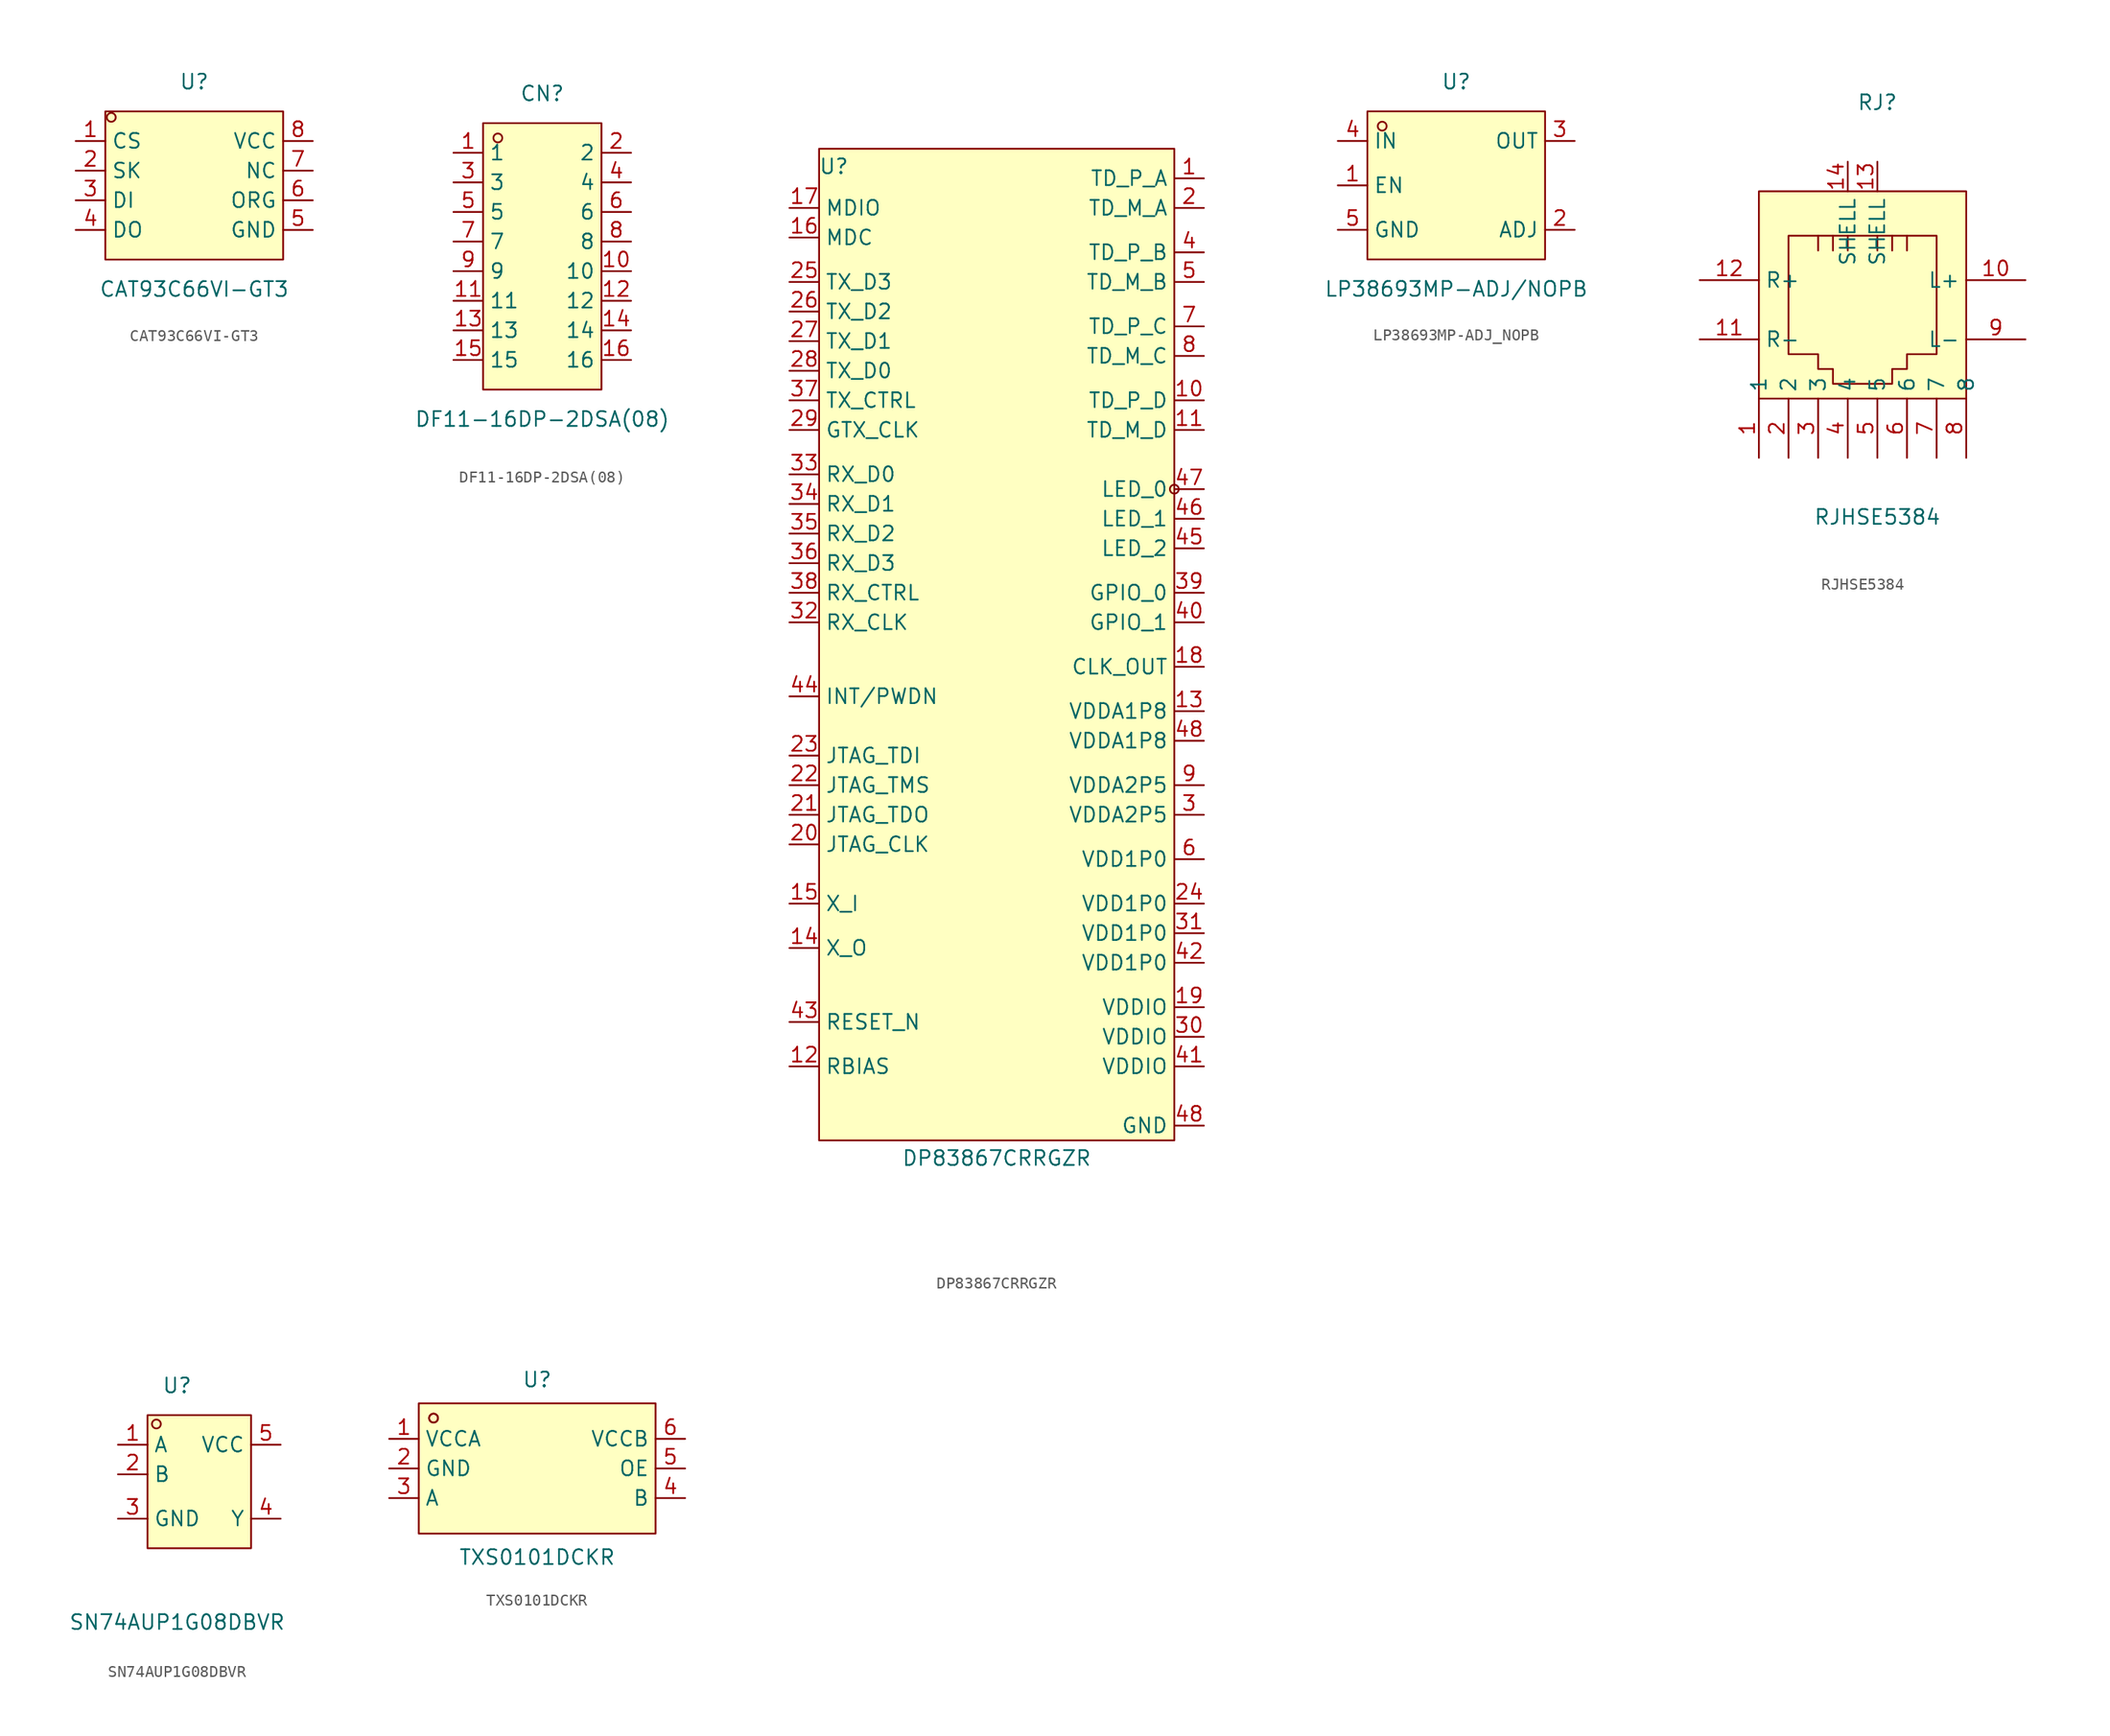
<source format=kicad_sym>
(kicad_symbol_lib
  (version 20241209)
  (generator "kicad_symbol_editor")
  (generator_version "9.0")
  (symbol "CAT93C66VI-GT3"
    (property "Reference" "U"
      (at 0 10.16 0)
      (effects (font (size 1.27 1.27))))
    (property "Value" "CAT93C66VI-GT3"
      (at 0 -7.62 0)
      (effects (font (size 1.27 1.27))))
    (symbol "CAT93C66VI-GT3_0_1"
      (rectangle (start -7.62 7.62) (end 7.62 -5.08) (stroke (width 0) (type default)) (fill (type background)))
      (circle (center -7.11 7.11) (radius 0.38) (stroke (width 0) (type default)) (fill (type none)))
      (pin unspecified line (at -10.16 5.08 0) (length 2.54) (name "CS" (effects (font (size 1.27 1.27)))) (number "1" (effects (font (size 1.27 1.27)))))
      (pin unspecified line (at -10.16 2.54 0) (length 2.54) (name "SK" (effects (font (size 1.27 1.27)))) (number "2" (effects (font (size 1.27 1.27)))))
      (pin unspecified line (at -10.16 0 0) (length 2.54) (name "DI" (effects (font (size 1.27 1.27)))) (number "3" (effects (font (size 1.27 1.27)))))
      (pin unspecified line (at -10.16 -2.54 0) (length 2.54) (name "DO" (effects (font (size 1.27 1.27)))) (number "4" (effects (font (size 1.27 1.27)))))
      (pin unspecified line (at 10.16 5.08 180) (length 2.54) (name "VCC" (effects (font (size 1.27 1.27)))) (number "8" (effects (font (size 1.27 1.27)))))
      (pin unspecified line (at 10.16 2.54 180) (length 2.54) (name "NC" (effects (font (size 1.27 1.27)))) (number "7" (effects (font (size 1.27 1.27)))))
      (pin unspecified line (at 10.16 0 180) (length 2.54) (name "ORG" (effects (font (size 1.27 1.27)))) (number "6" (effects (font (size 1.27 1.27)))))
      (pin unspecified line (at 10.16 -2.54 180) (length 2.54) (name "GND" (effects (font (size 1.27 1.27)))) (number "5" (effects (font (size 1.27 1.27)))))))
  (symbol "DF11-16DP-2DSA(08)"
    (property "Reference" "CN"
      (at 0 13.97 0)
      (effects (font (size 1.27 1.27))))
    (property "Value" "DF11-16DP-2DSA(08)"
      (at 0 -13.97 0)
      (effects (font (size 1.27 1.27))))
    (symbol "DF11-16DP-2DSA(08)_0_1"
      (rectangle (start -5.08 11.43) (end 5.08 -11.43) (stroke (width 0) (type default)) (fill (type background)))
      (circle (center -3.81 10.16) (radius 0.38) (stroke (width 0) (type default)) (fill (type none)))
      (pin unspecified line (at -7.62 8.89 0) (length 2.54) (name "1" (effects (font (size 1.27 1.27)))) (number "1" (effects (font (size 1.27 1.27)))))
      (pin unspecified line (at -7.62 6.35 0) (length 2.54) (name "3" (effects (font (size 1.27 1.27)))) (number "3" (effects (font (size 1.27 1.27)))))
      (pin unspecified line (at -7.62 3.81 0) (length 2.54) (name "5" (effects (font (size 1.27 1.27)))) (number "5" (effects (font (size 1.27 1.27)))))
      (pin unspecified line (at -7.62 1.27 0) (length 2.54) (name "7" (effects (font (size 1.27 1.27)))) (number "7" (effects (font (size 1.27 1.27)))))
      (pin unspecified line (at -7.62 -1.27 0) (length 2.54) (name "9" (effects (font (size 1.27 1.27)))) (number "9" (effects (font (size 1.27 1.27)))))
      (pin unspecified line (at -7.62 -3.81 0) (length 2.54) (name "11" (effects (font (size 1.27 1.27)))) (number "11" (effects (font (size 1.27 1.27)))))
      (pin unspecified line (at -7.62 -6.35 0) (length 2.54) (name "13" (effects (font (size 1.27 1.27)))) (number "13" (effects (font (size 1.27 1.27)))))
      (pin unspecified line (at -7.62 -8.89 0) (length 2.54) (name "15" (effects (font (size 1.27 1.27)))) (number "15" (effects (font (size 1.27 1.27)))))
      (pin unspecified line (at 7.62 8.89 180) (length 2.54) (name "2" (effects (font (size 1.27 1.27)))) (number "2" (effects (font (size 1.27 1.27)))))
      (pin unspecified line (at 7.62 6.35 180) (length 2.54) (name "4" (effects (font (size 1.27 1.27)))) (number "4" (effects (font (size 1.27 1.27)))))
      (pin unspecified line (at 7.62 3.81 180) (length 2.54) (name "6" (effects (font (size 1.27 1.27)))) (number "6" (effects (font (size 1.27 1.27)))))
      (pin unspecified line (at 7.62 1.27 180) (length 2.54) (name "8" (effects (font (size 1.27 1.27)))) (number "8" (effects (font (size 1.27 1.27)))))
      (pin unspecified line (at 7.62 -1.27 180) (length 2.54) (name "10" (effects (font (size 1.27 1.27)))) (number "10" (effects (font (size 1.27 1.27)))))
      (pin unspecified line (at 7.62 -3.81 180) (length 2.54) (name "12" (effects (font (size 1.27 1.27)))) (number "12" (effects (font (size 1.27 1.27)))))
      (pin unspecified line (at 7.62 -6.35 180) (length 2.54) (name "14" (effects (font (size 1.27 1.27)))) (number "14" (effects (font (size 1.27 1.27)))))
      (pin unspecified line (at 7.62 -8.89 180) (length 2.54) (name "16" (effects (font (size 1.27 1.27)))) (number "16" (effects (font (size 1.27 1.27)))))))
  (symbol "DP83867CRRGZR"
    (property "Reference" "U"
      (at -13.97 40.386 0)
      (effects (font (size 1.27 1.27))))
    (property "Value" "DP83867CRRGZR"
      (at 0 -44.704 0)
      (effects (font (size 1.27 1.27))))
    (symbol "DP83867CRRGZR_0_1"
      (rectangle (start -15.24 41.91) (end 15.24 -43.18) (stroke (width 0) (type default)) (fill (type background)))
      (circle (center 15.24 12.7) (radius 0.38) (stroke (width 0) (type default)) (fill (type none)))
      (pin unspecified line (at -17.78 36.83 0) (length 2.54) (name "MDIO" (effects (font (size 1.27 1.27)))) (number "17" (effects (font (size 1.27 1.27)))))
      (pin unspecified line (at -17.78 34.29 0) (length 2.54) (name "MDC" (effects (font (size 1.27 1.27)))) (number "16" (effects (font (size 1.27 1.27)))))
      (pin unspecified line (at -17.78 30.48 0) (length 2.54) (name "TX_D3" (effects (font (size 1.27 1.27)))) (number "25" (effects (font (size 1.27 1.27)))))
      (pin unspecified line (at -17.78 27.94 0) (length 2.54) (name "TX_D2" (effects (font (size 1.27 1.27)))) (number "26" (effects (font (size 1.27 1.27)))))
      (pin unspecified line (at -17.78 25.4 0) (length 2.54) (name "TX_D1" (effects (font (size 1.27 1.27)))) (number "27" (effects (font (size 1.27 1.27)))))
      (pin unspecified line (at -17.78 22.86 0) (length 2.54) (name "TX_D0" (effects (font (size 1.27 1.27)))) (number "28" (effects (font (size 1.27 1.27)))))
      (pin unspecified line (at -17.78 20.32 0) (length 2.54) (name "TX_CTRL" (effects (font (size 1.27 1.27)))) (number "37" (effects (font (size 1.27 1.27)))))
      (pin unspecified line (at -17.78 17.78 0) (length 2.54) (name "GTX_CLK" (effects (font (size 1.27 1.27)))) (number "29" (effects (font (size 1.27 1.27)))))
      (pin unspecified line (at -17.78 13.97 0) (length 2.54) (name "RX_D0" (effects (font (size 1.27 1.27)))) (number "33" (effects (font (size 1.27 1.27)))))
      (pin unspecified line (at -17.78 11.43 0) (length 2.54) (name "RX_D1" (effects (font (size 1.27 1.27)))) (number "34" (effects (font (size 1.27 1.27)))))
      (pin unspecified line (at -17.78 8.89 0) (length 2.54) (name "RX_D2" (effects (font (size 1.27 1.27)))) (number "35" (effects (font (size 1.27 1.27)))))
      (pin unspecified line (at -17.78 6.35 0) (length 2.54) (name "RX_D3" (effects (font (size 1.27 1.27)))) (number "36" (effects (font (size 1.27 1.27)))))
      (pin unspecified line (at -17.78 3.81 0) (length 2.54) (name "RX_CTRL" (effects (font (size 1.27 1.27)))) (number "38" (effects (font (size 1.27 1.27)))))
      (pin unspecified line (at -17.78 1.27 0) (length 2.54) (name "RX_CLK" (effects (font (size 1.27 1.27)))) (number "32" (effects (font (size 1.27 1.27)))))
      (pin unspecified line (at -17.78 -5.08 0) (length 2.54) (name "INT/PWDN" (effects (font (size 1.27 1.27)))) (number "44" (effects (font (size 1.27 1.27)))))
      (pin unspecified line (at -17.78 -10.16 0) (length 2.54) (name "JTAG_TDI" (effects (font (size 1.27 1.27)))) (number "23" (effects (font (size 1.27 1.27)))))
      (pin unspecified line (at -17.78 -12.7 0) (length 2.54) (name "JTAG_TMS" (effects (font (size 1.27 1.27)))) (number "22" (effects (font (size 1.27 1.27)))))
      (pin unspecified line (at -17.78 -15.24 0) (length 2.54) (name "JTAG_TDO" (effects (font (size 1.27 1.27)))) (number "21" (effects (font (size 1.27 1.27)))))
      (pin unspecified line (at -17.78 -17.78 0) (length 2.54) (name "JTAG_CLK" (effects (font (size 1.27 1.27)))) (number "20" (effects (font (size 1.27 1.27)))))
      (pin unspecified line (at -17.78 -22.86 0) (length 2.54) (name "X_I" (effects (font (size 1.27 1.27)))) (number "15" (effects (font (size 1.27 1.27)))))
      (pin unspecified line (at -17.78 -26.67 0) (length 2.54) (name "X_O" (effects (font (size 1.27 1.27)))) (number "14" (effects (font (size 1.27 1.27)))))
      (pin unspecified line (at -17.78 -33.02 0) (length 2.54) (name "RESET_N" (effects (font (size 1.27 1.27)))) (number "43" (effects (font (size 1.27 1.27)))))
      (pin unspecified line (at -17.78 -36.83 0) (length 2.54) (name "RBIAS" (effects (font (size 1.27 1.27)))) (number "12" (effects (font (size 1.27 1.27)))))
      (pin unspecified line (at 17.78 39.37 180) (length 2.54) (name "TD_P_A" (effects (font (size 1.27 1.27)))) (number "1" (effects (font (size 1.27 1.27)))))
      (pin unspecified line (at 17.78 36.83 180) (length 2.54) (name "TD_M_A" (effects (font (size 1.27 1.27)))) (number "2" (effects (font (size 1.27 1.27)))))
      (pin unspecified line (at 17.78 33.02 180) (length 2.54) (name "TD_P_B" (effects (font (size 1.27 1.27)))) (number "4" (effects (font (size 1.27 1.27)))))
      (pin unspecified line (at 17.78 30.48 180) (length 2.54) (name "TD_M_B" (effects (font (size 1.27 1.27)))) (number "5" (effects (font (size 1.27 1.27)))))
      (pin unspecified line (at 17.78 26.67 180) (length 2.54) (name "TD_P_C" (effects (font (size 1.27 1.27)))) (number "7" (effects (font (size 1.27 1.27)))))
      (pin unspecified line (at 17.78 24.13 180) (length 2.54) (name "TD_M_C" (effects (font (size 1.27 1.27)))) (number "8" (effects (font (size 1.27 1.27)))))
      (pin unspecified line (at 17.78 20.32 180) (length 2.54) (name "TD_P_D" (effects (font (size 1.27 1.27)))) (number "10" (effects (font (size 1.27 1.27)))))
      (pin unspecified line (at 17.78 17.78 180) (length 2.54) (name "TD_M_D" (effects (font (size 1.27 1.27)))) (number "11" (effects (font (size 1.27 1.27)))))
      (pin unspecified line (at 17.78 12.7 180) (length 2.54) (name "LED_0" (effects (font (size 1.27 1.27)))) (number "47" (effects (font (size 1.27 1.27)))))
      (pin unspecified line (at 17.78 10.16 180) (length 2.54) (name "LED_1" (effects (font (size 1.27 1.27)))) (number "46" (effects (font (size 1.27 1.27)))))
      (pin unspecified line (at 17.78 7.62 180) (length 2.54) (name "LED_2" (effects (font (size 1.27 1.27)))) (number "45" (effects (font (size 1.27 1.27)))))
      (pin unspecified line (at 17.78 3.81 180) (length 2.54) (name "GPIO_0" (effects (font (size 1.27 1.27)))) (number "39" (effects (font (size 1.27 1.27)))))
      (pin unspecified line (at 17.78 1.27 180) (length 2.54) (name "GPIO_1" (effects (font (size 1.27 1.27)))) (number "40" (effects (font (size 1.27 1.27)))))
      (pin unspecified line (at 17.78 -2.54 180) (length 2.54) (name "CLK_OUT" (effects (font (size 1.27 1.27)))) (number "18" (effects (font (size 1.27 1.27)))))
      (pin unspecified line (at 17.78 -6.35 180) (length 2.54) (name "VDDA1P8" (effects (font (size 1.27 1.27)))) (number "13" (effects (font (size 1.27 1.27)))))
      (pin unspecified line (at 17.78 -8.89 180) (length 2.54) (name "VDDA1P8" (effects (font (size 1.27 1.27)))) (number "48" (effects (font (size 1.27 1.27)))))
      (pin unspecified line (at 17.78 -12.7 180) (length 2.54) (name "VDDA2P5" (effects (font (size 1.27 1.27)))) (number "9" (effects (font (size 1.27 1.27)))))
      (pin unspecified line (at 17.78 -15.24 180) (length 2.54) (name "VDDA2P5" (effects (font (size 1.27 1.27)))) (number "3" (effects (font (size 1.27 1.27)))))
      (pin unspecified line (at 17.78 -19.05 180) (length 2.54) (name "VDD1P0" (effects (font (size 1.27 1.27)))) (number "6" (effects (font (size 1.27 1.27)))))
      (pin unspecified line (at 17.78 -22.86 180) (length 2.54) (name "VDD1P0" (effects (font (size 1.27 1.27)))) (number "24" (effects (font (size 1.27 1.27)))))
      (pin unspecified line (at 17.78 -25.4 180) (length 2.54) (name "VDD1P0" (effects (font (size 1.27 1.27)))) (number "31" (effects (font (size 1.27 1.27)))))
      (pin unspecified line (at 17.78 -27.94 180) (length 2.54) (name "VDD1P0" (effects (font (size 1.27 1.27)))) (number "42" (effects (font (size 1.27 1.27)))))
      (pin unspecified line (at 17.78 -31.75 180) (length 2.54) (name "VDDIO" (effects (font (size 1.27 1.27)))) (number "19" (effects (font (size 1.27 1.27)))))
      (pin unspecified line (at 17.78 -34.29 180) (length 2.54) (name "VDDIO" (effects (font (size 1.27 1.27)))) (number "30" (effects (font (size 1.27 1.27)))))
      (pin unspecified line (at 17.78 -36.83 180) (length 2.54) (name "VDDIO" (effects (font (size 1.27 1.27)))) (number "41" (effects (font (size 1.27 1.27)))))
      (pin unspecified line (at 17.78 -41.91 180) (length 2.54) (name "GND" (effects (font (size 1.27 1.27)))) (number "48" (effects (font (size 1.27 1.27)))))))
  (symbol "LP38693MP-ADJ_NOPB"
    (property "Reference" "U"
      (at 0 8.89 0)
      (effects (font (size 1.27 1.27))))
    (property "Value" "LP38693MP-ADJ/NOPB"
      (at 0 -8.89 0)
      (effects (font (size 1.27 1.27))))
    (symbol "LP38693MP-ADJ_NOPB_0_1"
      (rectangle (start -7.62 6.35) (end 7.62 -6.35) (stroke (width 0) (type default)) (fill (type background)))
      (circle (center -6.35 5.08) (radius 0.38) (stroke (width 0) (type default)) (fill (type none)))
      (pin unspecified line (at -10.16 3.81 0) (length 2.54) (name "IN" (effects (font (size 1.27 1.27)))) (number "4" (effects (font (size 1.27 1.27)))))
      (pin unspecified line (at -10.16 0 0) (length 2.54) (name "EN" (effects (font (size 1.27 1.27)))) (number "1" (effects (font (size 1.27 1.27)))))
      (pin unspecified line (at -10.16 -3.81 0) (length 2.54) (name "GND" (effects (font (size 1.27 1.27)))) (number "5" (effects (font (size 1.27 1.27)))))
      (pin unspecified line (at 10.16 3.81 180) (length 2.54) (name "OUT" (effects (font (size 1.27 1.27)))) (number "3" (effects (font (size 1.27 1.27)))))
      (pin unspecified line (at 10.16 -3.81 180) (length 2.54) (name "ADJ" (effects (font (size 1.27 1.27)))) (number "2" (effects (font (size 1.27 1.27)))))))
  (symbol "RJHSE5384"
    (property "Reference" "RJ"
      (at 0 17.78 0)
      (effects (font (size 1.27 1.27))))
    (property "Value" "RJHSE5384"
      (at 0 -17.78 0)
      (effects (font (size 1.27 1.27))))
    (symbol "RJHSE5384_0_1"
      (rectangle (start -10.16 10.16) (end 7.62 -7.62) (stroke (width 0) (type default)) (fill (type background)))
      (polyline (pts (xy -5.08 6.35) (xy -5.08 5.08) (xy -5.08 5.08)) (stroke (width 0) (type default)) (fill (type none)))
      (polyline (pts (xy -3.81 6.35) (xy -3.81 5.08) (xy -3.81 5.08)) (stroke (width 0) (type default)) (fill (type none)))
      (polyline (pts (xy -2.54 6.35) (xy -2.54 5.08) (xy -2.54 5.08)) (stroke (width 0) (type default)) (fill (type none)))
      (polyline (pts (xy 0 6.35) (xy 0 5.08) (xy 0 5.08)) (stroke (width 0) (type default)) (fill (type none)))
      (polyline (pts (xy 1.27 6.35) (xy 1.27 5.08) (xy 1.27 5.08)) (stroke (width 0) (type default)) (fill (type none)))
      (polyline (pts (xy 2.54 6.35) (xy 2.54 5.08) (xy 2.54 5.08)) (stroke (width 0) (type default)) (fill (type none)))
      (polyline (pts (xy 5.08 6.35) (xy -7.62 6.35) (xy -7.62 -3.81) (xy -5.08 -3.81) (xy -5.08 -5.08) (xy -3.81 -5.08) (xy -3.81 -5.08) (xy -3.81 -6.35) (xy 1.27 -6.35) (xy 1.27 -5.08) (xy 2.54 -5.08) (xy 2.54 -3.81) (xy 5.08 -3.81) (xy 5.08 6.35) (xy 5.08 5.08)) (stroke (width 0) (type default)) (fill (type none)))
      (pin unspecified line (at -15.24 2.54 0) (length 5.08) (name "R+" (effects (font (size 1.27 1.27)))) (number "12" (effects (font (size 1.27 1.27)))))
      (pin unspecified line (at -15.24 -2.54 0) (length 5.08) (name "R-" (effects (font (size 1.27 1.27)))) (number "11" (effects (font (size 1.27 1.27)))))
      (pin unspecified line (at -10.16 -12.7 90) (length 5.08) (name "1" (effects (font (size 1.27 1.27)))) (number "1" (effects (font (size 1.27 1.27)))))
      (pin unspecified line (at -7.62 -12.7 90) (length 5.08) (name "2" (effects (font (size 1.27 1.27)))) (number "2" (effects (font (size 1.27 1.27)))))
      (pin unspecified line (at -5.08 -12.7 90) (length 5.08) (name "3" (effects (font (size 1.27 1.27)))) (number "3" (effects (font (size 1.27 1.27)))))
      (pin unspecified line (at -2.54 12.7 270) (length 2.54) (name "SHELL" (effects (font (size 1.27 1.27)))) (number "14" (effects (font (size 1.27 1.27)))))
      (pin unspecified line (at -2.54 -12.7 90) (length 5.08) (name "4" (effects (font (size 1.27 1.27)))) (number "4" (effects (font (size 1.27 1.27)))))
      (pin unspecified line (at 0 12.7 270) (length 2.54) (name "SHELL" (effects (font (size 1.27 1.27)))) (number "13" (effects (font (size 1.27 1.27)))))
      (pin unspecified line (at 0 -12.7 90) (length 5.08) (name "5" (effects (font (size 1.27 1.27)))) (number "5" (effects (font (size 1.27 1.27)))))
      (pin unspecified line (at 2.54 -12.7 90) (length 5.08) (name "6" (effects (font (size 1.27 1.27)))) (number "6" (effects (font (size 1.27 1.27)))))
      (pin unspecified line (at 5.08 -12.7 90) (length 5.08) (name "7" (effects (font (size 1.27 1.27)))) (number "7" (effects (font (size 1.27 1.27)))))
      (pin unspecified line (at 7.62 -12.7 90) (length 5.08) (name "8" (effects (font (size 1.27 1.27)))) (number "8" (effects (font (size 1.27 1.27)))))
      (pin unspecified line (at 12.7 2.54 180) (length 5.08) (name "L+" (effects (font (size 1.27 1.27)))) (number "10" (effects (font (size 1.27 1.27)))))
      (pin unspecified line (at 12.7 -2.54 180) (length 5.08) (name "L-" (effects (font (size 1.27 1.27)))) (number "9" (effects (font (size 1.27 1.27)))))))
  (symbol "SN74AUP1G08DBVR"
    (property "Reference" "U"
      (at 0 10.16 0)
      (effects (font (size 1.27 1.27))))
    (property "Value" "SN74AUP1G08DBVR"
      (at 0 -10.16 0)
      (effects (font (size 1.27 1.27))))
    (symbol "SN74AUP1G08DBVR_0_1"
      (rectangle (start -2.54 7.62) (end 6.35 -3.81) (stroke (width 0) (type default)) (fill (type background)))
      (circle (center -1.78 6.86) (radius 0.38) (stroke (width 0) (type default)) (fill (type none)))
      (pin unspecified line (at -5.08 5.08 0) (length 2.54) (name "A" (effects (font (size 1.27 1.27)))) (number "1" (effects (font (size 1.27 1.27)))))
      (pin unspecified line (at -5.08 2.54 0) (length 2.54) (name "B" (effects (font (size 1.27 1.27)))) (number "2" (effects (font (size 1.27 1.27)))))
      (pin unspecified line (at -5.08 -1.27 0) (length 2.54) (name "GND" (effects (font (size 1.27 1.27)))) (number "3" (effects (font (size 1.27 1.27)))))
      (pin unspecified line (at 8.89 5.08 180) (length 2.54) (name "VCC" (effects (font (size 1.27 1.27)))) (number "5" (effects (font (size 1.27 1.27)))))
      (pin unspecified line (at 8.89 -1.27 180) (length 2.54) (name "Y" (effects (font (size 1.27 1.27)))) (number "4" (effects (font (size 1.27 1.27)))))))
  (symbol "TXS0101DCKR"
    (property "Reference" "U"
      (at 0 7.62 0)
      (effects (font (size 1.27 1.27))))
    (property "Value" "TXS0101DCKR"
      (at 0 -7.62 0)
      (effects (font (size 1.27 1.27))))
    (symbol "TXS0101DCKR_0_1"
      (rectangle (start -10.16 5.59) (end 10.16 -5.59) (stroke (width 0) (type default)) (fill (type background)))
      (circle (center -8.89 4.32) (radius 0.38) (stroke (width 0) (type default)) (fill (type none)))
      (circle (center -8.89 4.32) (radius 0.38) (stroke (width 0) (type default)) (fill (type none)))
      (pin unspecified line (at -12.7 2.54 0) (length 2.54) (name "VCCA" (effects (font (size 1.27 1.27)))) (number "1" (effects (font (size 1.27 1.27)))))
      (pin unspecified line (at -12.7 0 0) (length 2.54) (name "GND" (effects (font (size 1.27 1.27)))) (number "2" (effects (font (size 1.27 1.27)))))
      (pin unspecified line (at -12.7 -2.54 0) (length 2.54) (name "A" (effects (font (size 1.27 1.27)))) (number "3" (effects (font (size 1.27 1.27)))))
      (pin unspecified line (at 12.7 2.54 180) (length 2.54) (name "VCCB" (effects (font (size 1.27 1.27)))) (number "6" (effects (font (size 1.27 1.27)))))
      (pin unspecified line (at 12.7 0 180) (length 2.54) (name "OE" (effects (font (size 1.27 1.27)))) (number "5" (effects (font (size 1.27 1.27)))))
      (pin unspecified line (at 12.7 -2.54 180) (length 2.54) (name "B" (effects (font (size 1.27 1.27)))) (number "4" (effects (font (size 1.27 1.27))))))))
</source>
